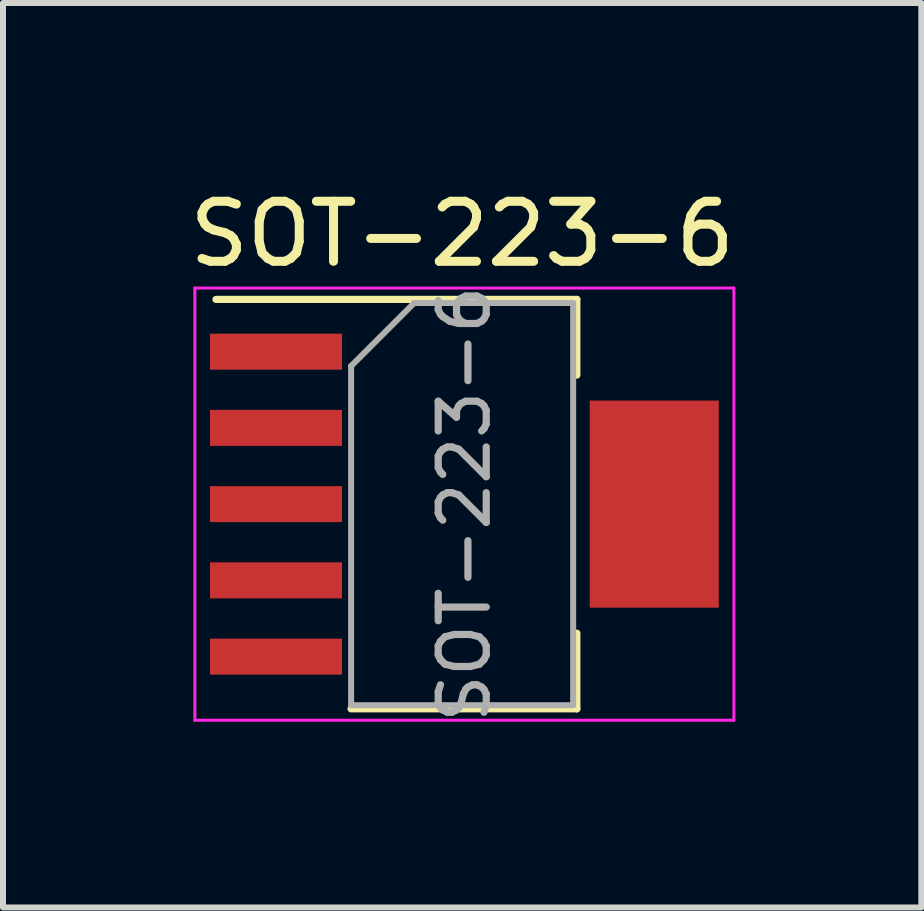
<source format=kicad_pcb>
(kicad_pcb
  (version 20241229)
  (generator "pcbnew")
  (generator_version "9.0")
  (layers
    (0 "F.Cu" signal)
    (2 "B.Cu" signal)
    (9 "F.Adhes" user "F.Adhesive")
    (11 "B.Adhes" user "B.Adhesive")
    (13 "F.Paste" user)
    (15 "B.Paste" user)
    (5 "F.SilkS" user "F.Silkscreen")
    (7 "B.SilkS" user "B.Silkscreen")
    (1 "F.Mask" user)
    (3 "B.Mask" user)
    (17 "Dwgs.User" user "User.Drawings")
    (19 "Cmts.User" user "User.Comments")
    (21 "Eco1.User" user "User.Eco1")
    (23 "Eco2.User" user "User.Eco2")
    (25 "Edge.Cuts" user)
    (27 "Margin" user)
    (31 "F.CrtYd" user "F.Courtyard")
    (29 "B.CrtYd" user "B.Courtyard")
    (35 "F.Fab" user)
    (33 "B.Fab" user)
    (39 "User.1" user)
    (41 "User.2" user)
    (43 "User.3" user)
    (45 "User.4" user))
  (footprint "SOT-223-6"
    (layer "F.Cu")
    (at 4.686 5.348)
    (property "Reference" "SOT-223-6" (at -0.037 -4.5 0) (layer "F.SilkS") (effects (font (size 1 1) (thickness 0.15))))
    (attr smd)
    (fp_line (start -4.138 -3.41) (end 1.873 -3.41) (stroke (width 0.12) (type solid)) (layer "F.SilkS"))
    (fp_line (start -1.887 3.41) (end 1.873 3.41) (stroke (width 0.12) (type solid)) (layer "F.SilkS"))
    (fp_line (start 1.873 -3.41) (end 1.873 -2.15) (stroke (width 0.12) (type solid)) (layer "F.SilkS"))
    (fp_line (start 1.873 3.41) (end 1.873 2.15) (stroke (width 0.12) (type solid)) (layer "F.SilkS"))
    (fp_line (start -4.49 -3.6) (end -4.49 3.6) (stroke (width 0.05) (type solid)) (layer "F.CrtYd"))
    (fp_line (start -4.49 -3.6) (end 4.49 -3.6) (stroke (width 0.05) (type solid)) (layer "F.CrtYd"))
    (fp_line (start 4.49 3.6) (end -4.49 3.6) (stroke (width 0.05) (type solid)) (layer "F.CrtYd"))
    (fp_line (start 4.49 3.6) (end 4.49 -3.6) (stroke (width 0.05) (type solid)) (layer "F.CrtYd"))
    (fp_line (start -1.887 -2.3) (end -1.887 3.35) (stroke (width 0.1) (type solid)) (layer "F.Fab"))
    (fp_line (start -1.887 -2.3) (end -0.838 -3.35) (stroke (width 0.1) (type solid)) (layer "F.Fab"))
    (fp_line (start -1.887 3.35) (end 1.812 3.35) (stroke (width 0.1) (type solid)) (layer "F.Fab"))
    (fp_line (start -0.838 -3.35) (end 1.812 -3.35) (stroke (width 0.1) (type solid)) (layer "F.Fab"))
    (fp_line (start 1.812 -3.35) (end 1.812 3.35) (stroke (width 0.1) (type solid)) (layer "F.Fab"))
    (fp_text user "${REFERENCE}" (at 0 0 90) (layer "F.Fab") (effects (font (size 0.8 0.8) (thickness 0.12))))
    (pad "1" smd rect (at -3.138 -2.54) (size 2.2 0.6) (layers "F.Cu" "F.Mask" "F.Paste"))
    (pad "2" smd rect (at -3.138 -1.27) (size 2.2 0.6) (layers "F.Cu" "F.Mask" "F.Paste"))
    (pad "3" smd rect (at -3.138 0) (size 2.2 0.6) (layers "F.Cu" "F.Mask" "F.Paste"))
    (pad "4" smd rect (at -3.138 1.27) (size 2.2 0.6) (layers "F.Cu" "F.Mask" "F.Paste"))
    (pad "5" smd rect (at -3.138 2.54) (size 2.2 0.6) (layers "F.Cu" "F.Mask" "F.Paste"))
    (pad "6" smd rect (at 3.163 0) (size 2.15 3.45) (layers "F.Cu" "F.Mask" "F.Paste")))
  (gr_rect
    (start -3 -3)
    (end 12.298 12.067)
    (stroke (width 0.1) (type default))
    (fill no)
    (layer "Edge.Cuts")))
</source>
